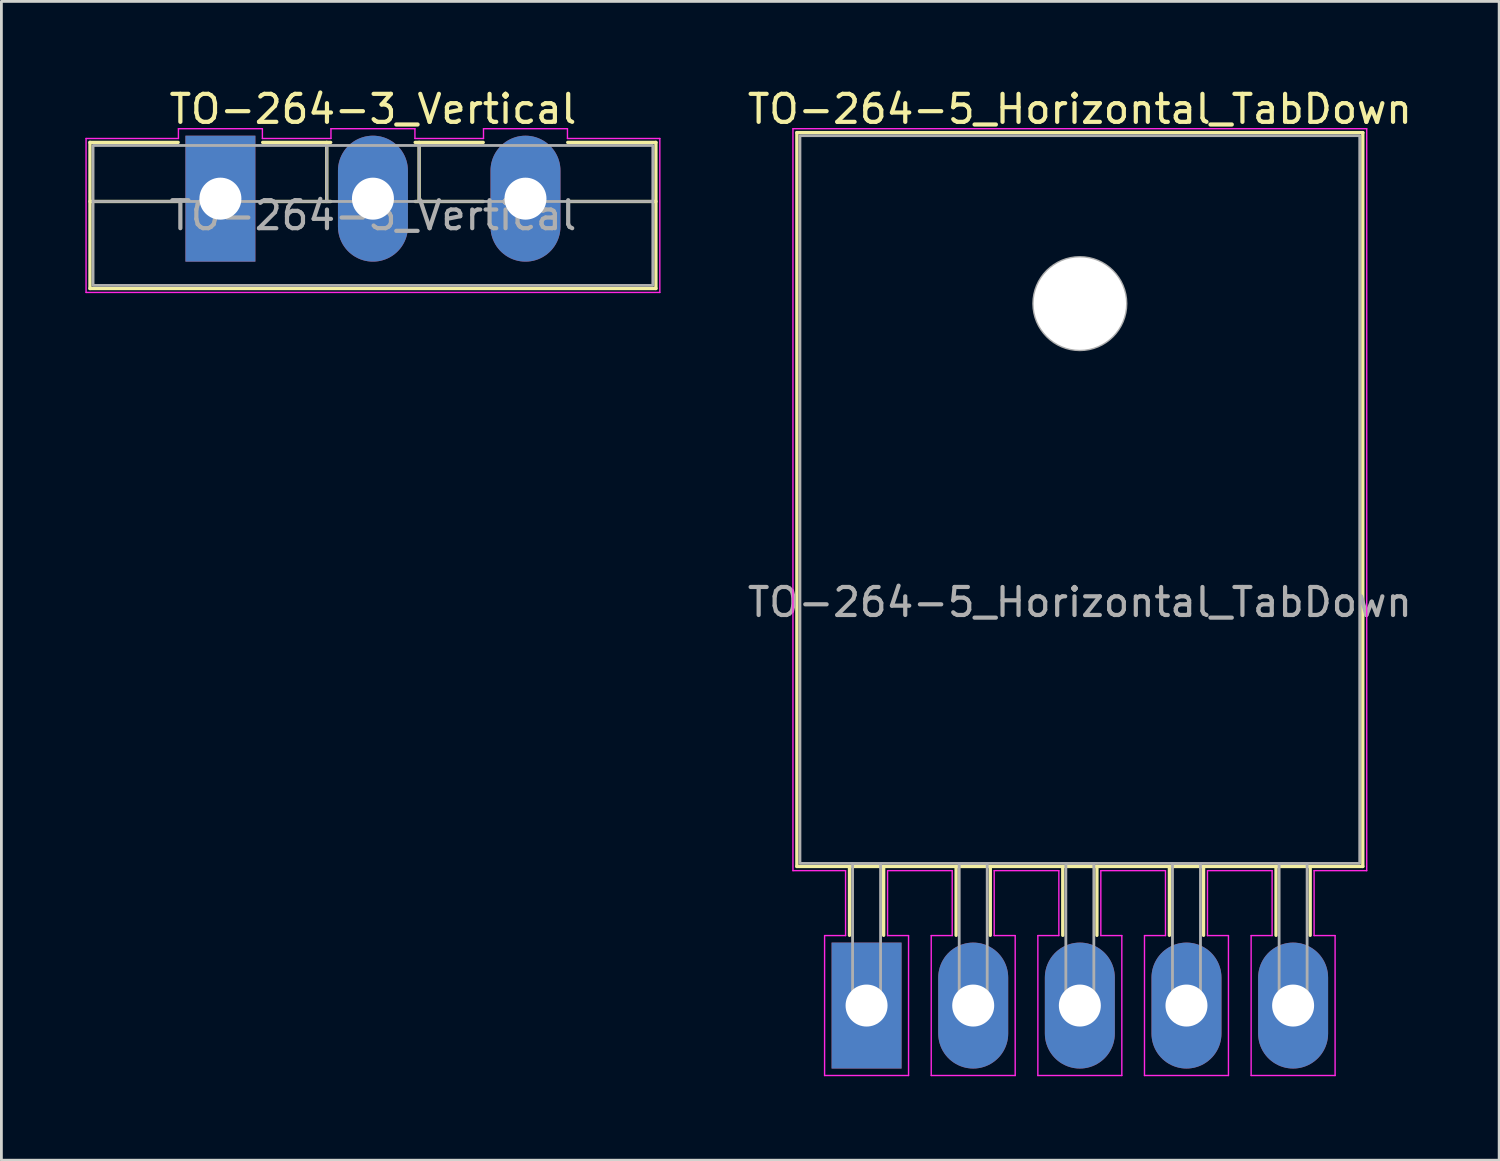
<source format=kicad_pcb>
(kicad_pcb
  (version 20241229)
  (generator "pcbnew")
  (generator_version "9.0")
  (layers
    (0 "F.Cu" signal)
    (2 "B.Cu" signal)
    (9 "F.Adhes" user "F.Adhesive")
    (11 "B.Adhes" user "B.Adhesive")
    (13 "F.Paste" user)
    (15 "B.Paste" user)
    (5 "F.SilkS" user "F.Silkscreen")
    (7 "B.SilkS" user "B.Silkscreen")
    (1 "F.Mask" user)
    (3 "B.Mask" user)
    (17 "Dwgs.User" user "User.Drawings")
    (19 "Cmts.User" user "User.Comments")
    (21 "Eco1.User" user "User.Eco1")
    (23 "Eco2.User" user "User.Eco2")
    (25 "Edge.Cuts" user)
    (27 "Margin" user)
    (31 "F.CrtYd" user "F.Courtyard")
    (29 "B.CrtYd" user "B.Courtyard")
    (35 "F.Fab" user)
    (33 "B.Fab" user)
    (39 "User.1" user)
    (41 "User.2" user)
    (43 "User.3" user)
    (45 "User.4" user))
  (footprint "TO-264-3_Vertical"
    (layer "F.Cu")
    (at 4.825 4.048)
    (property "Reference" "TO-264-3_Vertical" (at 5.45 -3.2 0) (layer "F.SilkS") (effects (font (size 1 1) (thickness 0.15))))
    (attr through_hole)
    (fp_line (start -4.66 -2.01) (end -1.51 -2.01) (stroke (width 0.12) (type solid)) (layer "F.SilkS"))
    (fp_line (start -4.66 0.1) (end -1.51 0.1) (stroke (width 0.12) (type solid)) (layer "F.SilkS"))
    (fp_line (start -4.66 3.21) (end -4.66 -2.01) (stroke (width 0.12) (type solid)) (layer "F.SilkS"))
    (fp_line (start 1.51 -2.01) (end 3.94 -2.01) (stroke (width 0.12) (type solid)) (layer "F.SilkS"))
    (fp_line (start 1.51 0.1) (end 3.94 0.1) (stroke (width 0.12) (type solid)) (layer "F.SilkS"))
    (fp_line (start 3.8 -2.01) (end 3.8 0.1) (stroke (width 0.12) (type solid)) (layer "F.SilkS"))
    (fp_line (start 6.96 -2.01) (end 9.39 -2.01) (stroke (width 0.12) (type solid)) (layer "F.SilkS"))
    (fp_line (start 6.96 0.1) (end 9.39 0.1) (stroke (width 0.12) (type solid)) (layer "F.SilkS"))
    (fp_line (start 7.1 -2.01) (end 7.1 0.1) (stroke (width 0.12) (type solid)) (layer "F.SilkS"))
    (fp_line (start 12.41 -2.01) (end 15.56 -2.01) (stroke (width 0.12) (type solid)) (layer "F.SilkS"))
    (fp_line (start 12.41 0.1) (end 15.56 0.1) (stroke (width 0.12) (type solid)) (layer "F.SilkS"))
    (fp_line (start 15.56 -2.01) (end 15.56 3.21) (stroke (width 0.12) (type solid)) (layer "F.SilkS"))
    (fp_line (start 15.56 3.21) (end -4.66 3.21) (stroke (width 0.12) (type solid)) (layer "F.SilkS"))
    (fp_line (start -4.8 -2.15) (end -1.5 -2.15) (stroke (width 0.05) (type solid)) (layer "F.CrtYd"))
    (fp_line (start -4.8 3.35) (end -4.8 -2.15) (stroke (width 0.05) (type solid)) (layer "F.CrtYd"))
    (fp_line (start -1.5 -2.5) (end 1.5 -2.5) (stroke (width 0.05) (type solid)) (layer "F.CrtYd"))
    (fp_line (start -1.5 -2.15) (end -1.5 -2.5) (stroke (width 0.05) (type solid)) (layer "F.CrtYd"))
    (fp_line (start 1.5 -2.5) (end 1.5 -2.15) (stroke (width 0.05) (type solid)) (layer "F.CrtYd"))
    (fp_line (start 1.5 -2.15) (end 3.95 -2.15) (stroke (width 0.05) (type solid)) (layer "F.CrtYd"))
    (fp_line (start 3.95 -2.5) (end 6.95 -2.5) (stroke (width 0.05) (type solid)) (layer "F.CrtYd"))
    (fp_line (start 3.95 -2.15) (end 3.95 -2.5) (stroke (width 0.05) (type solid)) (layer "F.CrtYd"))
    (fp_line (start 6.95 -2.5) (end 6.95 -2.15) (stroke (width 0.05) (type solid)) (layer "F.CrtYd"))
    (fp_line (start 6.95 -2.15) (end 9.4 -2.15) (stroke (width 0.05) (type solid)) (layer "F.CrtYd"))
    (fp_line (start 9.4 -2.5) (end 12.4 -2.5) (stroke (width 0.05) (type solid)) (layer "F.CrtYd"))
    (fp_line (start 9.4 -2.15) (end 9.4 -2.5) (stroke (width 0.05) (type solid)) (layer "F.CrtYd"))
    (fp_line (start 12.4 -2.5) (end 12.4 -2.15) (stroke (width 0.05) (type solid)) (layer "F.CrtYd"))
    (fp_line (start 12.4 -2.15) (end 15.7 -2.15) (stroke (width 0.05) (type solid)) (layer "F.CrtYd"))
    (fp_line (start 15.7 -2.15) (end 15.7 3.35) (stroke (width 0.05) (type solid)) (layer "F.CrtYd"))
    (fp_line (start 15.7 3.35) (end -4.8 3.35) (stroke (width 0.05) (type solid)) (layer "F.CrtYd"))
    (fp_line (start -4.55 0.1) (end 15.45 0.1) (stroke (width 0.1) (type solid)) (layer "F.Fab"))
    (fp_line (start 3.8 -1.9) (end 3.8 0.1) (stroke (width 0.1) (type solid)) (layer "F.Fab"))
    (fp_line (start 7.1 -1.9) (end 7.1 0.1) (stroke (width 0.1) (type solid)) (layer "F.Fab"))
    (fp_rect (start -4.55 -1.9) (end 15.45 3.1) (stroke (width 0.1) (type solid)) (fill no) (layer "F.Fab"))
    (fp_text user "${REFERENCE}" (at 5.45 0.6 0) (layer "F.Fab") (effects (font (size 1 1) (thickness 0.15))))
    (pad "1" thru_hole rect (at 0 0) (size 2.5 4.5) (drill 1.5) (layers "*.Cu" "*.Mask"))
    (pad "2" thru_hole oval (at 5.45 0) (size 2.5 4.5) (drill 1.5) (layers "*.Cu" "*.Mask"))
    (pad "3" thru_hole oval (at 10.9 0) (size 2.5 4.5) (drill 1.5) (layers "*.Cu" "*.Mask")))
  (footprint "TO-264-5_Horizontal_TabDown"
    (layer "F.Cu")
    (at 27.912 32.878)
    (property "Reference" "TO-264-5_Horizontal_TabDown" (at 7.62 -32.03 0) (layer "F.SilkS") (effects (font (size 1 1) (thickness 0.15))))
    (attr through_hole)
    (fp_line (start -2.49 -31.19) (end 17.73 -31.19) (stroke (width 0.12) (type solid)) (layer "F.SilkS"))
    (fp_line (start -2.49 -4.97) (end -2.49 -31.19) (stroke (width 0.12) (type solid)) (layer "F.SilkS"))
    (fp_line (start -2.49 -4.97) (end 17.73 -4.97) (stroke (width 0.12) (type solid)) (layer "F.SilkS"))
    (fp_line (start -0.61 -4.97) (end -0.61 -2.51) (stroke (width 0.12) (type solid)) (layer "F.SilkS"))
    (fp_line (start 0.61 -4.97) (end 0.61 -2.51) (stroke (width 0.12) (type solid)) (layer "F.SilkS"))
    (fp_line (start 3.2 -4.97) (end 3.2 -2.51) (stroke (width 0.12) (type solid)) (layer "F.SilkS"))
    (fp_line (start 4.42 -4.97) (end 4.42 -2.51) (stroke (width 0.12) (type solid)) (layer "F.SilkS"))
    (fp_line (start 7.01 -4.97) (end 7.01 -2.51) (stroke (width 0.12) (type solid)) (layer "F.SilkS"))
    (fp_line (start 8.23 -4.97) (end 8.23 -2.51) (stroke (width 0.12) (type solid)) (layer "F.SilkS"))
    (fp_line (start 10.82 -4.97) (end 10.82 -2.51) (stroke (width 0.12) (type solid)) (layer "F.SilkS"))
    (fp_line (start 12.04 -4.97) (end 12.04 -2.51) (stroke (width 0.12) (type solid)) (layer "F.SilkS"))
    (fp_line (start 14.63 -4.97) (end 14.63 -2.51) (stroke (width 0.12) (type solid)) (layer "F.SilkS"))
    (fp_line (start 15.85 -4.97) (end 15.85 -2.51) (stroke (width 0.12) (type solid)) (layer "F.SilkS"))
    (fp_line (start 17.73 -4.97) (end 17.73 -31.19) (stroke (width 0.12) (type solid)) (layer "F.SilkS"))
    (fp_line (start -2.63 -31.33) (end 17.87 -31.33) (stroke (width 0.05) (type solid)) (layer "F.CrtYd"))
    (fp_line (start -2.63 -4.82) (end -2.63 -31.33) (stroke (width 0.05) (type solid)) (layer "F.CrtYd"))
    (fp_line (start -1.5 -2.5) (end -0.75 -2.5) (stroke (width 0.05) (type solid)) (layer "F.CrtYd"))
    (fp_line (start -1.5 2.5) (end -1.5 -2.5) (stroke (width 0.05) (type solid)) (layer "F.CrtYd"))
    (fp_line (start -0.75 -4.82) (end -2.63 -4.82) (stroke (width 0.05) (type solid)) (layer "F.CrtYd"))
    (fp_line (start -0.75 -2.5) (end -0.75 -4.82) (stroke (width 0.05) (type solid)) (layer "F.CrtYd"))
    (fp_line (start 0.75 -4.82) (end 0.75 -2.5) (stroke (width 0.05) (type solid)) (layer "F.CrtYd"))
    (fp_line (start 0.75 -2.5) (end 1.5 -2.5) (stroke (width 0.05) (type solid)) (layer "F.CrtYd"))
    (fp_line (start 1.5 -2.5) (end 1.5 2.5) (stroke (width 0.05) (type solid)) (layer "F.CrtYd"))
    (fp_line (start 1.5 2.5) (end -1.5 2.5) (stroke (width 0.05) (type solid)) (layer "F.CrtYd"))
    (fp_line (start 2.31 -2.5) (end 3.06 -2.5) (stroke (width 0.05) (type solid)) (layer "F.CrtYd"))
    (fp_line (start 2.31 2.5) (end 2.31 -2.5) (stroke (width 0.05) (type solid)) (layer "F.CrtYd"))
    (fp_line (start 3.06 -4.82) (end 0.75 -4.82) (stroke (width 0.05) (type solid)) (layer "F.CrtYd"))
    (fp_line (start 3.06 -2.5) (end 3.06 -4.82) (stroke (width 0.05) (type solid)) (layer "F.CrtYd"))
    (fp_line (start 4.56 -4.82) (end 4.56 -2.5) (stroke (width 0.05) (type solid)) (layer "F.CrtYd"))
    (fp_line (start 4.56 -2.5) (end 5.31 -2.5) (stroke (width 0.05) (type solid)) (layer "F.CrtYd"))
    (fp_line (start 5.31 -2.5) (end 5.31 2.5) (stroke (width 0.05) (type solid)) (layer "F.CrtYd"))
    (fp_line (start 5.31 2.5) (end 2.31 2.5) (stroke (width 0.05) (type solid)) (layer "F.CrtYd"))
    (fp_line (start 6.12 -2.5) (end 6.87 -2.5) (stroke (width 0.05) (type solid)) (layer "F.CrtYd"))
    (fp_line (start 6.12 2.5) (end 6.12 -2.5) (stroke (width 0.05) (type solid)) (layer "F.CrtYd"))
    (fp_line (start 6.87 -4.82) (end 4.56 -4.82) (stroke (width 0.05) (type solid)) (layer "F.CrtYd"))
    (fp_line (start 6.87 -2.5) (end 6.87 -4.82) (stroke (width 0.05) (type solid)) (layer "F.CrtYd"))
    (fp_line (start 8.37 -4.82) (end 8.37 -2.5) (stroke (width 0.05) (type solid)) (layer "F.CrtYd"))
    (fp_line (start 8.37 -2.5) (end 9.12 -2.5) (stroke (width 0.05) (type solid)) (layer "F.CrtYd"))
    (fp_line (start 9.12 -2.5) (end 9.12 2.5) (stroke (width 0.05) (type solid)) (layer "F.CrtYd"))
    (fp_line (start 9.12 2.5) (end 6.12 2.5) (stroke (width 0.05) (type solid)) (layer "F.CrtYd"))
    (fp_line (start 9.93 -2.5) (end 10.68 -2.5) (stroke (width 0.05) (type solid)) (layer "F.CrtYd"))
    (fp_line (start 9.93 2.5) (end 9.93 -2.5) (stroke (width 0.05) (type solid)) (layer "F.CrtYd"))
    (fp_line (start 10.68 -4.82) (end 8.37 -4.82) (stroke (width 0.05) (type solid)) (layer "F.CrtYd"))
    (fp_line (start 10.68 -2.5) (end 10.68 -4.82) (stroke (width 0.05) (type solid)) (layer "F.CrtYd"))
    (fp_line (start 12.18 -4.82) (end 12.18 -2.5) (stroke (width 0.05) (type solid)) (layer "F.CrtYd"))
    (fp_line (start 12.18 -2.5) (end 12.93 -2.5) (stroke (width 0.05) (type solid)) (layer "F.CrtYd"))
    (fp_line (start 12.93 -2.5) (end 12.93 2.5) (stroke (width 0.05) (type solid)) (layer "F.CrtYd"))
    (fp_line (start 12.93 2.5) (end 9.93 2.5) (stroke (width 0.05) (type solid)) (layer "F.CrtYd"))
    (fp_line (start 13.74 -2.5) (end 14.49 -2.5) (stroke (width 0.05) (type solid)) (layer "F.CrtYd"))
    (fp_line (start 13.74 2.5) (end 13.74 -2.5) (stroke (width 0.05) (type solid)) (layer "F.CrtYd"))
    (fp_line (start 14.49 -4.82) (end 12.18 -4.82) (stroke (width 0.05) (type solid)) (layer "F.CrtYd"))
    (fp_line (start 14.49 -2.5) (end 14.49 -4.82) (stroke (width 0.05) (type solid)) (layer "F.CrtYd"))
    (fp_line (start 15.99 -4.82) (end 15.99 -2.5) (stroke (width 0.05) (type solid)) (layer "F.CrtYd"))
    (fp_line (start 15.99 -2.5) (end 16.74 -2.5) (stroke (width 0.05) (type solid)) (layer "F.CrtYd"))
    (fp_line (start 16.74 -2.5) (end 16.74 2.5) (stroke (width 0.05) (type solid)) (layer "F.CrtYd"))
    (fp_line (start 16.74 2.5) (end 13.74 2.5) (stroke (width 0.05) (type solid)) (layer "F.CrtYd"))
    (fp_line (start 17.87 -31.33) (end 17.87 -4.82) (stroke (width 0.05) (type solid)) (layer "F.CrtYd"))
    (fp_line (start 17.87 -4.82) (end 15.99 -4.82) (stroke (width 0.05) (type solid)) (layer "F.CrtYd"))
    (fp_rect (start -2.38 -31.08) (end 17.62 -5.08) (stroke (width 0.1) (type solid)) (fill no) (layer "F.Fab"))
    (fp_rect (start -0.5 -5.08) (end 0.5 0) (stroke (width 0.1) (type solid)) (fill no) (layer "F.Fab"))
    (fp_rect (start 3.31 -5.08) (end 4.31 0) (stroke (width 0.1) (type solid)) (fill no) (layer "F.Fab"))
    (fp_rect (start 7.12 -5.08) (end 8.12 0) (stroke (width 0.1) (type solid)) (fill no) (layer "F.Fab"))
    (fp_rect (start 10.93 -5.08) (end 11.93 0) (stroke (width 0.1) (type solid)) (fill no) (layer "F.Fab"))
    (fp_rect (start 14.74 -5.08) (end 15.74 0) (stroke (width 0.1) (type solid)) (fill no) (layer "F.Fab"))
    (fp_circle (center 7.62 -25.08) (end 9.27 -25.08) (stroke (width 0.1) (type solid)) (fill no) (layer "F.Fab"))
    (fp_text user "${REFERENCE}" (at 7.62 -14.41 0) (layer "F.Fab") (effects (font (size 1 1) (thickness 0.15))))
    (pad "" np_thru_hole circle (at 7.62 -25.08) (size 3.3 3.3) (drill 3.3) (layers "*.Cu" "*.Mask"))
    (pad "1" thru_hole rect (at 0 0) (size 2.5 4.5) (drill 1.5) (layers "*.Cu" "*.Mask"))
    (pad "2" thru_hole oval (at 3.81 0) (size 2.5 4.5) (drill 1.5) (layers "*.Cu" "*.Mask"))
    (pad "3" thru_hole oval (at 7.62 0) (size 2.5 4.5) (drill 1.5) (layers "*.Cu" "*.Mask"))
    (pad "4" thru_hole oval (at 11.43 0) (size 2.5 4.5) (drill 1.5) (layers "*.Cu" "*.Mask"))
    (pad "5" thru_hole oval (at 15.24 0) (size 2.5 4.5) (drill 1.5) (layers "*.Cu" "*.Mask")))
  (gr_rect
    (start -3 -3)
    (end 50.514 38.403)
    (stroke (width 0.1) (type default))
    (fill no)
    (layer "Edge.Cuts")))
</source>
